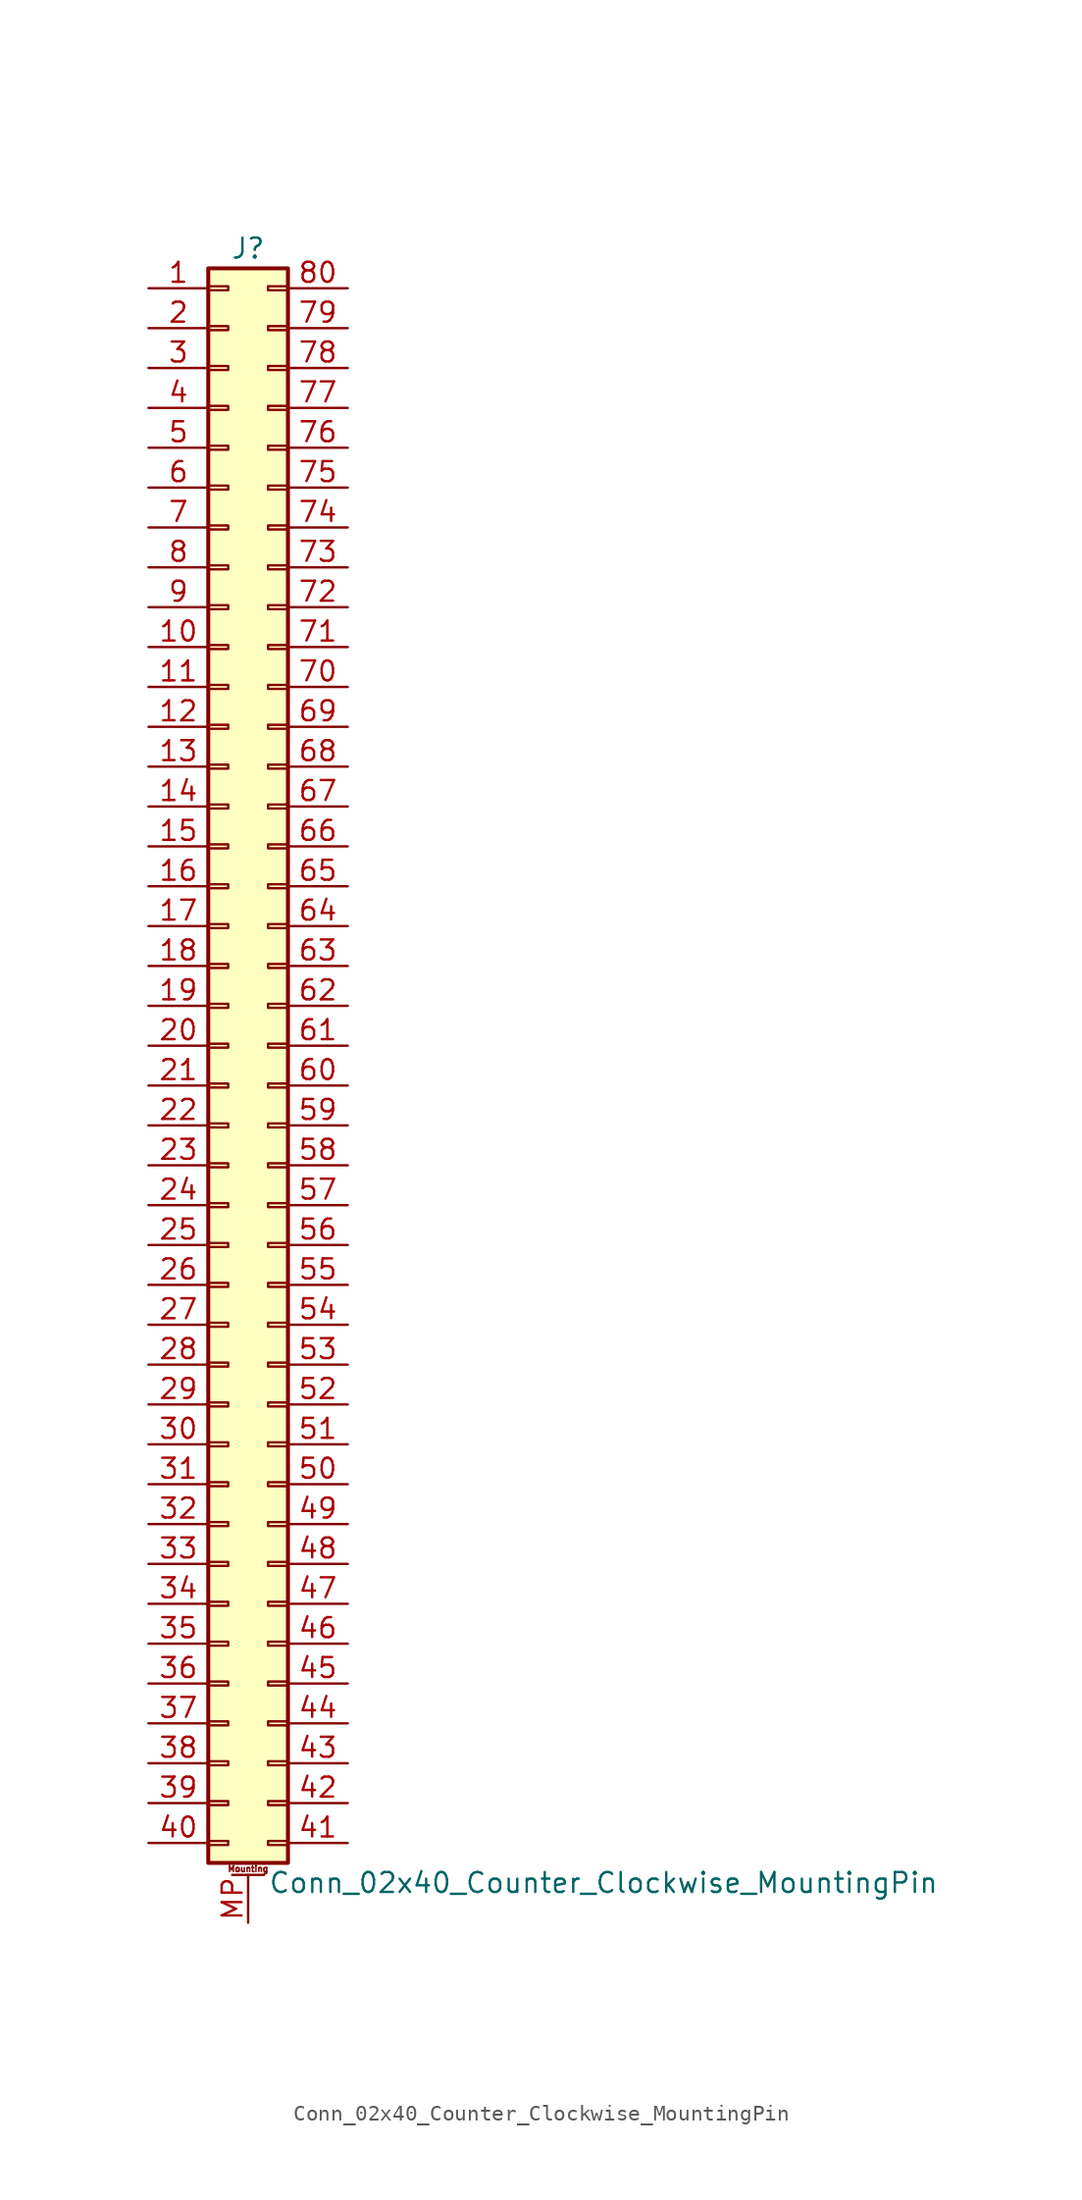
<source format=kicad_sym>
(kicad_symbol_lib
  (version 20201005)
  (generator kicad_symbol_editor)
  (symbol "Conn_02x40_Counter_Clockwise_MountingPin"
    (pin_names
      (offset 1.016) hide)
    (property "Reference" "J"
      (at 1.27 50.8 0)
      (effects (font (size 1.27 1.27))))
    (property "Value" "Conn_02x40_Counter_Clockwise_MountingPin"
      (at 2.54 -53.34 0)
      (effects (font (size 1.27 1.27)) (justify left)))
    (symbol "Conn_02x40_Counter_Clockwise_MountingPin_1_1"
      (text "Mounting" (at 1.27 -52.451 0) (effects (font (size 0.381 0.381))))
      (rectangle (start -1.27 -50.673) (end 0 -50.927) (stroke (width 0.152)) (fill (type none)))
      (rectangle (start -1.27 -48.133) (end 0 -48.387) (stroke (width 0.152)) (fill (type none)))
      (rectangle (start -1.27 -45.593) (end 0 -45.847) (stroke (width 0.152)) (fill (type none)))
      (rectangle (start -1.27 -43.053) (end 0 -43.307) (stroke (width 0.152)) (fill (type none)))
      (rectangle (start -1.27 -40.513) (end 0 -40.767) (stroke (width 0.152)) (fill (type none)))
      (rectangle (start -1.27 -37.973) (end 0 -38.227) (stroke (width 0.152)) (fill (type none)))
      (rectangle (start -1.27 -35.433) (end 0 -35.687) (stroke (width 0.152)) (fill (type none)))
      (rectangle (start -1.27 -32.893) (end 0 -33.147) (stroke (width 0.152)) (fill (type none)))
      (rectangle (start -1.27 -30.353) (end 0 -30.607) (stroke (width 0.152)) (fill (type none)))
      (rectangle (start -1.27 -27.813) (end 0 -28.067) (stroke (width 0.152)) (fill (type none)))
      (rectangle (start -1.27 -25.273) (end 0 -25.527) (stroke (width 0.152)) (fill (type none)))
      (rectangle (start -1.27 -22.733) (end 0 -22.987) (stroke (width 0.152)) (fill (type none)))
      (rectangle (start -1.27 -20.193) (end 0 -20.447) (stroke (width 0.152)) (fill (type none)))
      (rectangle (start -1.27 -17.653) (end 0 -17.907) (stroke (width 0.152)) (fill (type none)))
      (rectangle (start -1.27 -15.113) (end 0 -15.367) (stroke (width 0.152)) (fill (type none)))
      (rectangle (start -1.27 -12.573) (end 0 -12.827) (stroke (width 0.152)) (fill (type none)))
      (rectangle (start -1.27 -10.033) (end 0 -10.287) (stroke (width 0.152)) (fill (type none)))
      (rectangle (start -1.27 -7.493) (end 0 -7.747) (stroke (width 0.152)) (fill (type none)))
      (rectangle (start -1.27 -4.953) (end 0 -5.207) (stroke (width 0.152)) (fill (type none)))
      (rectangle (start -1.27 -2.413) (end 0 -2.667) (stroke (width 0.152)) (fill (type none)))
      (rectangle (start -1.27 0.127) (end 0 -0.127) (stroke (width 0.152)) (fill (type none)))
      (rectangle (start -1.27 2.667) (end 0 2.413) (stroke (width 0.152)) (fill (type none)))
      (rectangle (start -1.27 5.207) (end 0 4.953) (stroke (width 0.152)) (fill (type none)))
      (rectangle (start -1.27 7.747) (end 0 7.493) (stroke (width 0.152)) (fill (type none)))
      (rectangle (start -1.27 10.287) (end 0 10.033) (stroke (width 0.152)) (fill (type none)))
      (rectangle (start -1.27 12.827) (end 0 12.573) (stroke (width 0.152)) (fill (type none)))
      (rectangle (start -1.27 15.367) (end 0 15.113) (stroke (width 0.152)) (fill (type none)))
      (rectangle (start -1.27 17.907) (end 0 17.653) (stroke (width 0.152)) (fill (type none)))
      (rectangle (start -1.27 20.447) (end 0 20.193) (stroke (width 0.152)) (fill (type none)))
      (rectangle (start -1.27 22.987) (end 0 22.733) (stroke (width 0.152)) (fill (type none)))
      (rectangle (start -1.27 25.527) (end 0 25.273) (stroke (width 0.152)) (fill (type none)))
      (rectangle (start -1.27 28.067) (end 0 27.813) (stroke (width 0.152)) (fill (type none)))
      (rectangle (start -1.27 30.607) (end 0 30.353) (stroke (width 0.152)) (fill (type none)))
      (rectangle (start -1.27 33.147) (end 0 32.893) (stroke (width 0.152)) (fill (type none)))
      (rectangle (start -1.27 35.687) (end 0 35.433) (stroke (width 0.152)) (fill (type none)))
      (rectangle (start -1.27 38.227) (end 0 37.973) (stroke (width 0.152)) (fill (type none)))
      (rectangle (start -1.27 40.767) (end 0 40.513) (stroke (width 0.152)) (fill (type none)))
      (rectangle (start -1.27 43.307) (end 0 43.053) (stroke (width 0.152)) (fill (type none)))
      (rectangle (start -1.27 45.847) (end 0 45.593) (stroke (width 0.152)) (fill (type none)))
      (rectangle (start -1.27 48.387) (end 0 48.133) (stroke (width 0.152)) (fill (type none)))
      (rectangle (start -1.27 49.53) (end 3.81 -52.07) (stroke (width 0.254)) (fill (type background)))
      (rectangle (start 3.81 -50.673) (end 2.54 -50.927) (stroke (width 0.152)) (fill (type none)))
      (rectangle (start 3.81 -48.133) (end 2.54 -48.387) (stroke (width 0.152)) (fill (type none)))
      (rectangle (start 3.81 -45.593) (end 2.54 -45.847) (stroke (width 0.152)) (fill (type none)))
      (rectangle (start 3.81 -43.053) (end 2.54 -43.307) (stroke (width 0.152)) (fill (type none)))
      (rectangle (start 3.81 -40.513) (end 2.54 -40.767) (stroke (width 0.152)) (fill (type none)))
      (rectangle (start 3.81 -37.973) (end 2.54 -38.227) (stroke (width 0.152)) (fill (type none)))
      (rectangle (start 3.81 -35.433) (end 2.54 -35.687) (stroke (width 0.152)) (fill (type none)))
      (rectangle (start 3.81 -32.893) (end 2.54 -33.147) (stroke (width 0.152)) (fill (type none)))
      (rectangle (start 3.81 -30.353) (end 2.54 -30.607) (stroke (width 0.152)) (fill (type none)))
      (rectangle (start 3.81 -27.813) (end 2.54 -28.067) (stroke (width 0.152)) (fill (type none)))
      (rectangle (start 3.81 -25.273) (end 2.54 -25.527) (stroke (width 0.152)) (fill (type none)))
      (rectangle (start 3.81 -22.733) (end 2.54 -22.987) (stroke (width 0.152)) (fill (type none)))
      (rectangle (start 3.81 -20.193) (end 2.54 -20.447) (stroke (width 0.152)) (fill (type none)))
      (rectangle (start 3.81 -17.653) (end 2.54 -17.907) (stroke (width 0.152)) (fill (type none)))
      (rectangle (start 3.81 -15.113) (end 2.54 -15.367) (stroke (width 0.152)) (fill (type none)))
      (rectangle (start 3.81 -12.573) (end 2.54 -12.827) (stroke (width 0.152)) (fill (type none)))
      (rectangle (start 3.81 -10.033) (end 2.54 -10.287) (stroke (width 0.152)) (fill (type none)))
      (rectangle (start 3.81 -7.493) (end 2.54 -7.747) (stroke (width 0.152)) (fill (type none)))
      (rectangle (start 3.81 -4.953) (end 2.54 -5.207) (stroke (width 0.152)) (fill (type none)))
      (rectangle (start 3.81 -2.413) (end 2.54 -2.667) (stroke (width 0.152)) (fill (type none)))
      (rectangle (start 3.81 0.127) (end 2.54 -0.127) (stroke (width 0.152)) (fill (type none)))
      (rectangle (start 3.81 2.667) (end 2.54 2.413) (stroke (width 0.152)) (fill (type none)))
      (rectangle (start 3.81 5.207) (end 2.54 4.953) (stroke (width 0.152)) (fill (type none)))
      (rectangle (start 3.81 7.747) (end 2.54 7.493) (stroke (width 0.152)) (fill (type none)))
      (rectangle (start 3.81 10.287) (end 2.54 10.033) (stroke (width 0.152)) (fill (type none)))
      (rectangle (start 3.81 12.827) (end 2.54 12.573) (stroke (width 0.152)) (fill (type none)))
      (rectangle (start 3.81 15.367) (end 2.54 15.113) (stroke (width 0.152)) (fill (type none)))
      (rectangle (start 3.81 17.907) (end 2.54 17.653) (stroke (width 0.152)) (fill (type none)))
      (rectangle (start 3.81 20.447) (end 2.54 20.193) (stroke (width 0.152)) (fill (type none)))
      (rectangle (start 3.81 22.987) (end 2.54 22.733) (stroke (width 0.152)) (fill (type none)))
      (rectangle (start 3.81 25.527) (end 2.54 25.273) (stroke (width 0.152)) (fill (type none)))
      (rectangle (start 3.81 28.067) (end 2.54 27.813) (stroke (width 0.152)) (fill (type none)))
      (rectangle (start 3.81 30.607) (end 2.54 30.353) (stroke (width 0.152)) (fill (type none)))
      (rectangle (start 3.81 33.147) (end 2.54 32.893) (stroke (width 0.152)) (fill (type none)))
      (rectangle (start 3.81 35.687) (end 2.54 35.433) (stroke (width 0.152)) (fill (type none)))
      (rectangle (start 3.81 38.227) (end 2.54 37.973) (stroke (width 0.152)) (fill (type none)))
      (rectangle (start 3.81 40.767) (end 2.54 40.513) (stroke (width 0.152)) (fill (type none)))
      (rectangle (start 3.81 43.307) (end 2.54 43.053) (stroke (width 0.152)) (fill (type none)))
      (rectangle (start 3.81 45.847) (end 2.54 45.593) (stroke (width 0.152)) (fill (type none)))
      (rectangle (start 3.81 48.387) (end 2.54 48.133) (stroke (width 0.152)) (fill (type none)))
      (polyline (pts (xy 0.254 -52.832) (xy 2.286 -52.832)) (stroke (width 0.152)) (fill (type none)))
      (pin passive line (at -5.08 48.26 0) (length 3.81) (name "Pin_1" (effects (font (size 1.27 1.27)))) (number "1" (effects (font (size 1.27 1.27)))))
      (pin passive line (at -5.08 25.4 0) (length 3.81) (name "Pin_10" (effects (font (size 1.27 1.27)))) (number "10" (effects (font (size 1.27 1.27)))))
      (pin passive line (at -5.08 22.86 0) (length 3.81) (name "Pin_11" (effects (font (size 1.27 1.27)))) (number "11" (effects (font (size 1.27 1.27)))))
      (pin passive line (at -5.08 20.32 0) (length 3.81) (name "Pin_12" (effects (font (size 1.27 1.27)))) (number "12" (effects (font (size 1.27 1.27)))))
      (pin passive line (at -5.08 17.78 0) (length 3.81) (name "Pin_13" (effects (font (size 1.27 1.27)))) (number "13" (effects (font (size 1.27 1.27)))))
      (pin passive line (at -5.08 15.24 0) (length 3.81) (name "Pin_14" (effects (font (size 1.27 1.27)))) (number "14" (effects (font (size 1.27 1.27)))))
      (pin passive line (at -5.08 12.7 0) (length 3.81) (name "Pin_15" (effects (font (size 1.27 1.27)))) (number "15" (effects (font (size 1.27 1.27)))))
      (pin passive line (at -5.08 10.16 0) (length 3.81) (name "Pin_16" (effects (font (size 1.27 1.27)))) (number "16" (effects (font (size 1.27 1.27)))))
      (pin passive line (at -5.08 7.62 0) (length 3.81) (name "Pin_17" (effects (font (size 1.27 1.27)))) (number "17" (effects (font (size 1.27 1.27)))))
      (pin passive line (at -5.08 5.08 0) (length 3.81) (name "Pin_18" (effects (font (size 1.27 1.27)))) (number "18" (effects (font (size 1.27 1.27)))))
      (pin passive line (at -5.08 2.54 0) (length 3.81) (name "Pin_19" (effects (font (size 1.27 1.27)))) (number "19" (effects (font (size 1.27 1.27)))))
      (pin passive line (at -5.08 45.72 0) (length 3.81) (name "Pin_2" (effects (font (size 1.27 1.27)))) (number "2" (effects (font (size 1.27 1.27)))))
      (pin passive line (at -5.08 0 0) (length 3.81) (name "Pin_20" (effects (font (size 1.27 1.27)))) (number "20" (effects (font (size 1.27 1.27)))))
      (pin passive line (at -5.08 -2.54 0) (length 3.81) (name "Pin_21" (effects (font (size 1.27 1.27)))) (number "21" (effects (font (size 1.27 1.27)))))
      (pin passive line (at -5.08 -5.08 0) (length 3.81) (name "Pin_22" (effects (font (size 1.27 1.27)))) (number "22" (effects (font (size 1.27 1.27)))))
      (pin passive line (at -5.08 -7.62 0) (length 3.81) (name "Pin_23" (effects (font (size 1.27 1.27)))) (number "23" (effects (font (size 1.27 1.27)))))
      (pin passive line (at -5.08 -10.16 0) (length 3.81) (name "Pin_24" (effects (font (size 1.27 1.27)))) (number "24" (effects (font (size 1.27 1.27)))))
      (pin passive line (at -5.08 -12.7 0) (length 3.81) (name "Pin_25" (effects (font (size 1.27 1.27)))) (number "25" (effects (font (size 1.27 1.27)))))
      (pin passive line (at -5.08 -15.24 0) (length 3.81) (name "Pin_26" (effects (font (size 1.27 1.27)))) (number "26" (effects (font (size 1.27 1.27)))))
      (pin passive line (at -5.08 -17.78 0) (length 3.81) (name "Pin_27" (effects (font (size 1.27 1.27)))) (number "27" (effects (font (size 1.27 1.27)))))
      (pin passive line (at -5.08 -20.32 0) (length 3.81) (name "Pin_28" (effects (font (size 1.27 1.27)))) (number "28" (effects (font (size 1.27 1.27)))))
      (pin passive line (at -5.08 -22.86 0) (length 3.81) (name "Pin_29" (effects (font (size 1.27 1.27)))) (number "29" (effects (font (size 1.27 1.27)))))
      (pin passive line (at -5.08 43.18 0) (length 3.81) (name "Pin_3" (effects (font (size 1.27 1.27)))) (number "3" (effects (font (size 1.27 1.27)))))
      (pin passive line (at -5.08 -25.4 0) (length 3.81) (name "Pin_30" (effects (font (size 1.27 1.27)))) (number "30" (effects (font (size 1.27 1.27)))))
      (pin passive line (at -5.08 -27.94 0) (length 3.81) (name "Pin_31" (effects (font (size 1.27 1.27)))) (number "31" (effects (font (size 1.27 1.27)))))
      (pin passive line (at -5.08 -30.48 0) (length 3.81) (name "Pin_32" (effects (font (size 1.27 1.27)))) (number "32" (effects (font (size 1.27 1.27)))))
      (pin passive line (at -5.08 -33.02 0) (length 3.81) (name "Pin_33" (effects (font (size 1.27 1.27)))) (number "33" (effects (font (size 1.27 1.27)))))
      (pin passive line (at -5.08 -35.56 0) (length 3.81) (name "Pin_34" (effects (font (size 1.27 1.27)))) (number "34" (effects (font (size 1.27 1.27)))))
      (pin passive line (at -5.08 -38.1 0) (length 3.81) (name "Pin_35" (effects (font (size 1.27 1.27)))) (number "35" (effects (font (size 1.27 1.27)))))
      (pin passive line (at -5.08 -40.64 0) (length 3.81) (name "Pin_36" (effects (font (size 1.27 1.27)))) (number "36" (effects (font (size 1.27 1.27)))))
      (pin passive line (at -5.08 -43.18 0) (length 3.81) (name "Pin_37" (effects (font (size 1.27 1.27)))) (number "37" (effects (font (size 1.27 1.27)))))
      (pin passive line (at -5.08 -45.72 0) (length 3.81) (name "Pin_38" (effects (font (size 1.27 1.27)))) (number "38" (effects (font (size 1.27 1.27)))))
      (pin passive line (at -5.08 -48.26 0) (length 3.81) (name "Pin_39" (effects (font (size 1.27 1.27)))) (number "39" (effects (font (size 1.27 1.27)))))
      (pin passive line (at -5.08 40.64 0) (length 3.81) (name "Pin_4" (effects (font (size 1.27 1.27)))) (number "4" (effects (font (size 1.27 1.27)))))
      (pin passive line (at -5.08 -50.8 0) (length 3.81) (name "Pin_40" (effects (font (size 1.27 1.27)))) (number "40" (effects (font (size 1.27 1.27)))))
      (pin passive line (at 7.62 -50.8 180) (length 3.81) (name "Pin_41" (effects (font (size 1.27 1.27)))) (number "41" (effects (font (size 1.27 1.27)))))
      (pin passive line (at 7.62 -48.26 180) (length 3.81) (name "Pin_42" (effects (font (size 1.27 1.27)))) (number "42" (effects (font (size 1.27 1.27)))))
      (pin passive line (at 7.62 -45.72 180) (length 3.81) (name "Pin_43" (effects (font (size 1.27 1.27)))) (number "43" (effects (font (size 1.27 1.27)))))
      (pin passive line (at 7.62 -43.18 180) (length 3.81) (name "Pin_44" (effects (font (size 1.27 1.27)))) (number "44" (effects (font (size 1.27 1.27)))))
      (pin passive line (at 7.62 -40.64 180) (length 3.81) (name "Pin_45" (effects (font (size 1.27 1.27)))) (number "45" (effects (font (size 1.27 1.27)))))
      (pin passive line (at 7.62 -38.1 180) (length 3.81) (name "Pin_46" (effects (font (size 1.27 1.27)))) (number "46" (effects (font (size 1.27 1.27)))))
      (pin passive line (at 7.62 -35.56 180) (length 3.81) (name "Pin_47" (effects (font (size 1.27 1.27)))) (number "47" (effects (font (size 1.27 1.27)))))
      (pin passive line (at 7.62 -33.02 180) (length 3.81) (name "Pin_48" (effects (font (size 1.27 1.27)))) (number "48" (effects (font (size 1.27 1.27)))))
      (pin passive line (at 7.62 -30.48 180) (length 3.81) (name "Pin_49" (effects (font (size 1.27 1.27)))) (number "49" (effects (font (size 1.27 1.27)))))
      (pin passive line (at -5.08 38.1 0) (length 3.81) (name "Pin_5" (effects (font (size 1.27 1.27)))) (number "5" (effects (font (size 1.27 1.27)))))
      (pin passive line (at 7.62 -27.94 180) (length 3.81) (name "Pin_50" (effects (font (size 1.27 1.27)))) (number "50" (effects (font (size 1.27 1.27)))))
      (pin passive line (at 7.62 -25.4 180) (length 3.81) (name "Pin_51" (effects (font (size 1.27 1.27)))) (number "51" (effects (font (size 1.27 1.27)))))
      (pin passive line (at 7.62 -22.86 180) (length 3.81) (name "Pin_52" (effects (font (size 1.27 1.27)))) (number "52" (effects (font (size 1.27 1.27)))))
      (pin passive line (at 7.62 -20.32 180) (length 3.81) (name "Pin_53" (effects (font (size 1.27 1.27)))) (number "53" (effects (font (size 1.27 1.27)))))
      (pin passive line (at 7.62 -17.78 180) (length 3.81) (name "Pin_54" (effects (font (size 1.27 1.27)))) (number "54" (effects (font (size 1.27 1.27)))))
      (pin passive line (at 7.62 -15.24 180) (length 3.81) (name "Pin_55" (effects (font (size 1.27 1.27)))) (number "55" (effects (font (size 1.27 1.27)))))
      (pin passive line (at 7.62 -12.7 180) (length 3.81) (name "Pin_56" (effects (font (size 1.27 1.27)))) (number "56" (effects (font (size 1.27 1.27)))))
      (pin passive line (at 7.62 -10.16 180) (length 3.81) (name "Pin_57" (effects (font (size 1.27 1.27)))) (number "57" (effects (font (size 1.27 1.27)))))
      (pin passive line (at 7.62 -7.62 180) (length 3.81) (name "Pin_58" (effects (font (size 1.27 1.27)))) (number "58" (effects (font (size 1.27 1.27)))))
      (pin passive line (at 7.62 -5.08 180) (length 3.81) (name "Pin_59" (effects (font (size 1.27 1.27)))) (number "59" (effects (font (size 1.27 1.27)))))
      (pin passive line (at -5.08 35.56 0) (length 3.81) (name "Pin_6" (effects (font (size 1.27 1.27)))) (number "6" (effects (font (size 1.27 1.27)))))
      (pin passive line (at 7.62 -2.54 180) (length 3.81) (name "Pin_60" (effects (font (size 1.27 1.27)))) (number "60" (effects (font (size 1.27 1.27)))))
      (pin passive line (at 7.62 0 180) (length 3.81) (name "Pin_61" (effects (font (size 1.27 1.27)))) (number "61" (effects (font (size 1.27 1.27)))))
      (pin passive line (at 7.62 2.54 180) (length 3.81) (name "Pin_62" (effects (font (size 1.27 1.27)))) (number "62" (effects (font (size 1.27 1.27)))))
      (pin passive line (at 7.62 5.08 180) (length 3.81) (name "Pin_63" (effects (font (size 1.27 1.27)))) (number "63" (effects (font (size 1.27 1.27)))))
      (pin passive line (at 7.62 7.62 180) (length 3.81) (name "Pin_64" (effects (font (size 1.27 1.27)))) (number "64" (effects (font (size 1.27 1.27)))))
      (pin passive line (at 7.62 10.16 180) (length 3.81) (name "Pin_65" (effects (font (size 1.27 1.27)))) (number "65" (effects (font (size 1.27 1.27)))))
      (pin passive line (at 7.62 12.7 180) (length 3.81) (name "Pin_66" (effects (font (size 1.27 1.27)))) (number "66" (effects (font (size 1.27 1.27)))))
      (pin passive line (at 7.62 15.24 180) (length 3.81) (name "Pin_67" (effects (font (size 1.27 1.27)))) (number "67" (effects (font (size 1.27 1.27)))))
      (pin passive line (at 7.62 17.78 180) (length 3.81) (name "Pin_68" (effects (font (size 1.27 1.27)))) (number "68" (effects (font (size 1.27 1.27)))))
      (pin passive line (at 7.62 20.32 180) (length 3.81) (name "Pin_69" (effects (font (size 1.27 1.27)))) (number "69" (effects (font (size 1.27 1.27)))))
      (pin passive line (at -5.08 33.02 0) (length 3.81) (name "Pin_7" (effects (font (size 1.27 1.27)))) (number "7" (effects (font (size 1.27 1.27)))))
      (pin passive line (at 7.62 22.86 180) (length 3.81) (name "Pin_70" (effects (font (size 1.27 1.27)))) (number "70" (effects (font (size 1.27 1.27)))))
      (pin passive line (at 7.62 25.4 180) (length 3.81) (name "Pin_71" (effects (font (size 1.27 1.27)))) (number "71" (effects (font (size 1.27 1.27)))))
      (pin passive line (at 7.62 27.94 180) (length 3.81) (name "Pin_72" (effects (font (size 1.27 1.27)))) (number "72" (effects (font (size 1.27 1.27)))))
      (pin passive line (at 7.62 30.48 180) (length 3.81) (name "Pin_73" (effects (font (size 1.27 1.27)))) (number "73" (effects (font (size 1.27 1.27)))))
      (pin passive line (at 7.62 33.02 180) (length 3.81) (name "Pin_74" (effects (font (size 1.27 1.27)))) (number "74" (effects (font (size 1.27 1.27)))))
      (pin passive line (at 7.62 35.56 180) (length 3.81) (name "Pin_75" (effects (font (size 1.27 1.27)))) (number "75" (effects (font (size 1.27 1.27)))))
      (pin passive line (at 7.62 38.1 180) (length 3.81) (name "Pin_76" (effects (font (size 1.27 1.27)))) (number "76" (effects (font (size 1.27 1.27)))))
      (pin passive line (at 7.62 40.64 180) (length 3.81) (name "Pin_77" (effects (font (size 1.27 1.27)))) (number "77" (effects (font (size 1.27 1.27)))))
      (pin passive line (at 7.62 43.18 180) (length 3.81) (name "Pin_78" (effects (font (size 1.27 1.27)))) (number "78" (effects (font (size 1.27 1.27)))))
      (pin passive line (at 7.62 45.72 180) (length 3.81) (name "Pin_79" (effects (font (size 1.27 1.27)))) (number "79" (effects (font (size 1.27 1.27)))))
      (pin passive line (at -5.08 30.48 0) (length 3.81) (name "Pin_8" (effects (font (size 1.27 1.27)))) (number "8" (effects (font (size 1.27 1.27)))))
      (pin passive line (at 7.62 48.26 180) (length 3.81) (name "Pin_80" (effects (font (size 1.27 1.27)))) (number "80" (effects (font (size 1.27 1.27)))))
      (pin passive line (at -5.08 27.94 0) (length 3.81) (name "Pin_9" (effects (font (size 1.27 1.27)))) (number "9" (effects (font (size 1.27 1.27)))))
      (pin passive line (at 1.27 -55.88 90) (length 3.048) (name "MountPin" (effects (font (size 1.27 1.27)))) (number "MP" (effects (font (size 1.27 1.27))))))))
</source>
